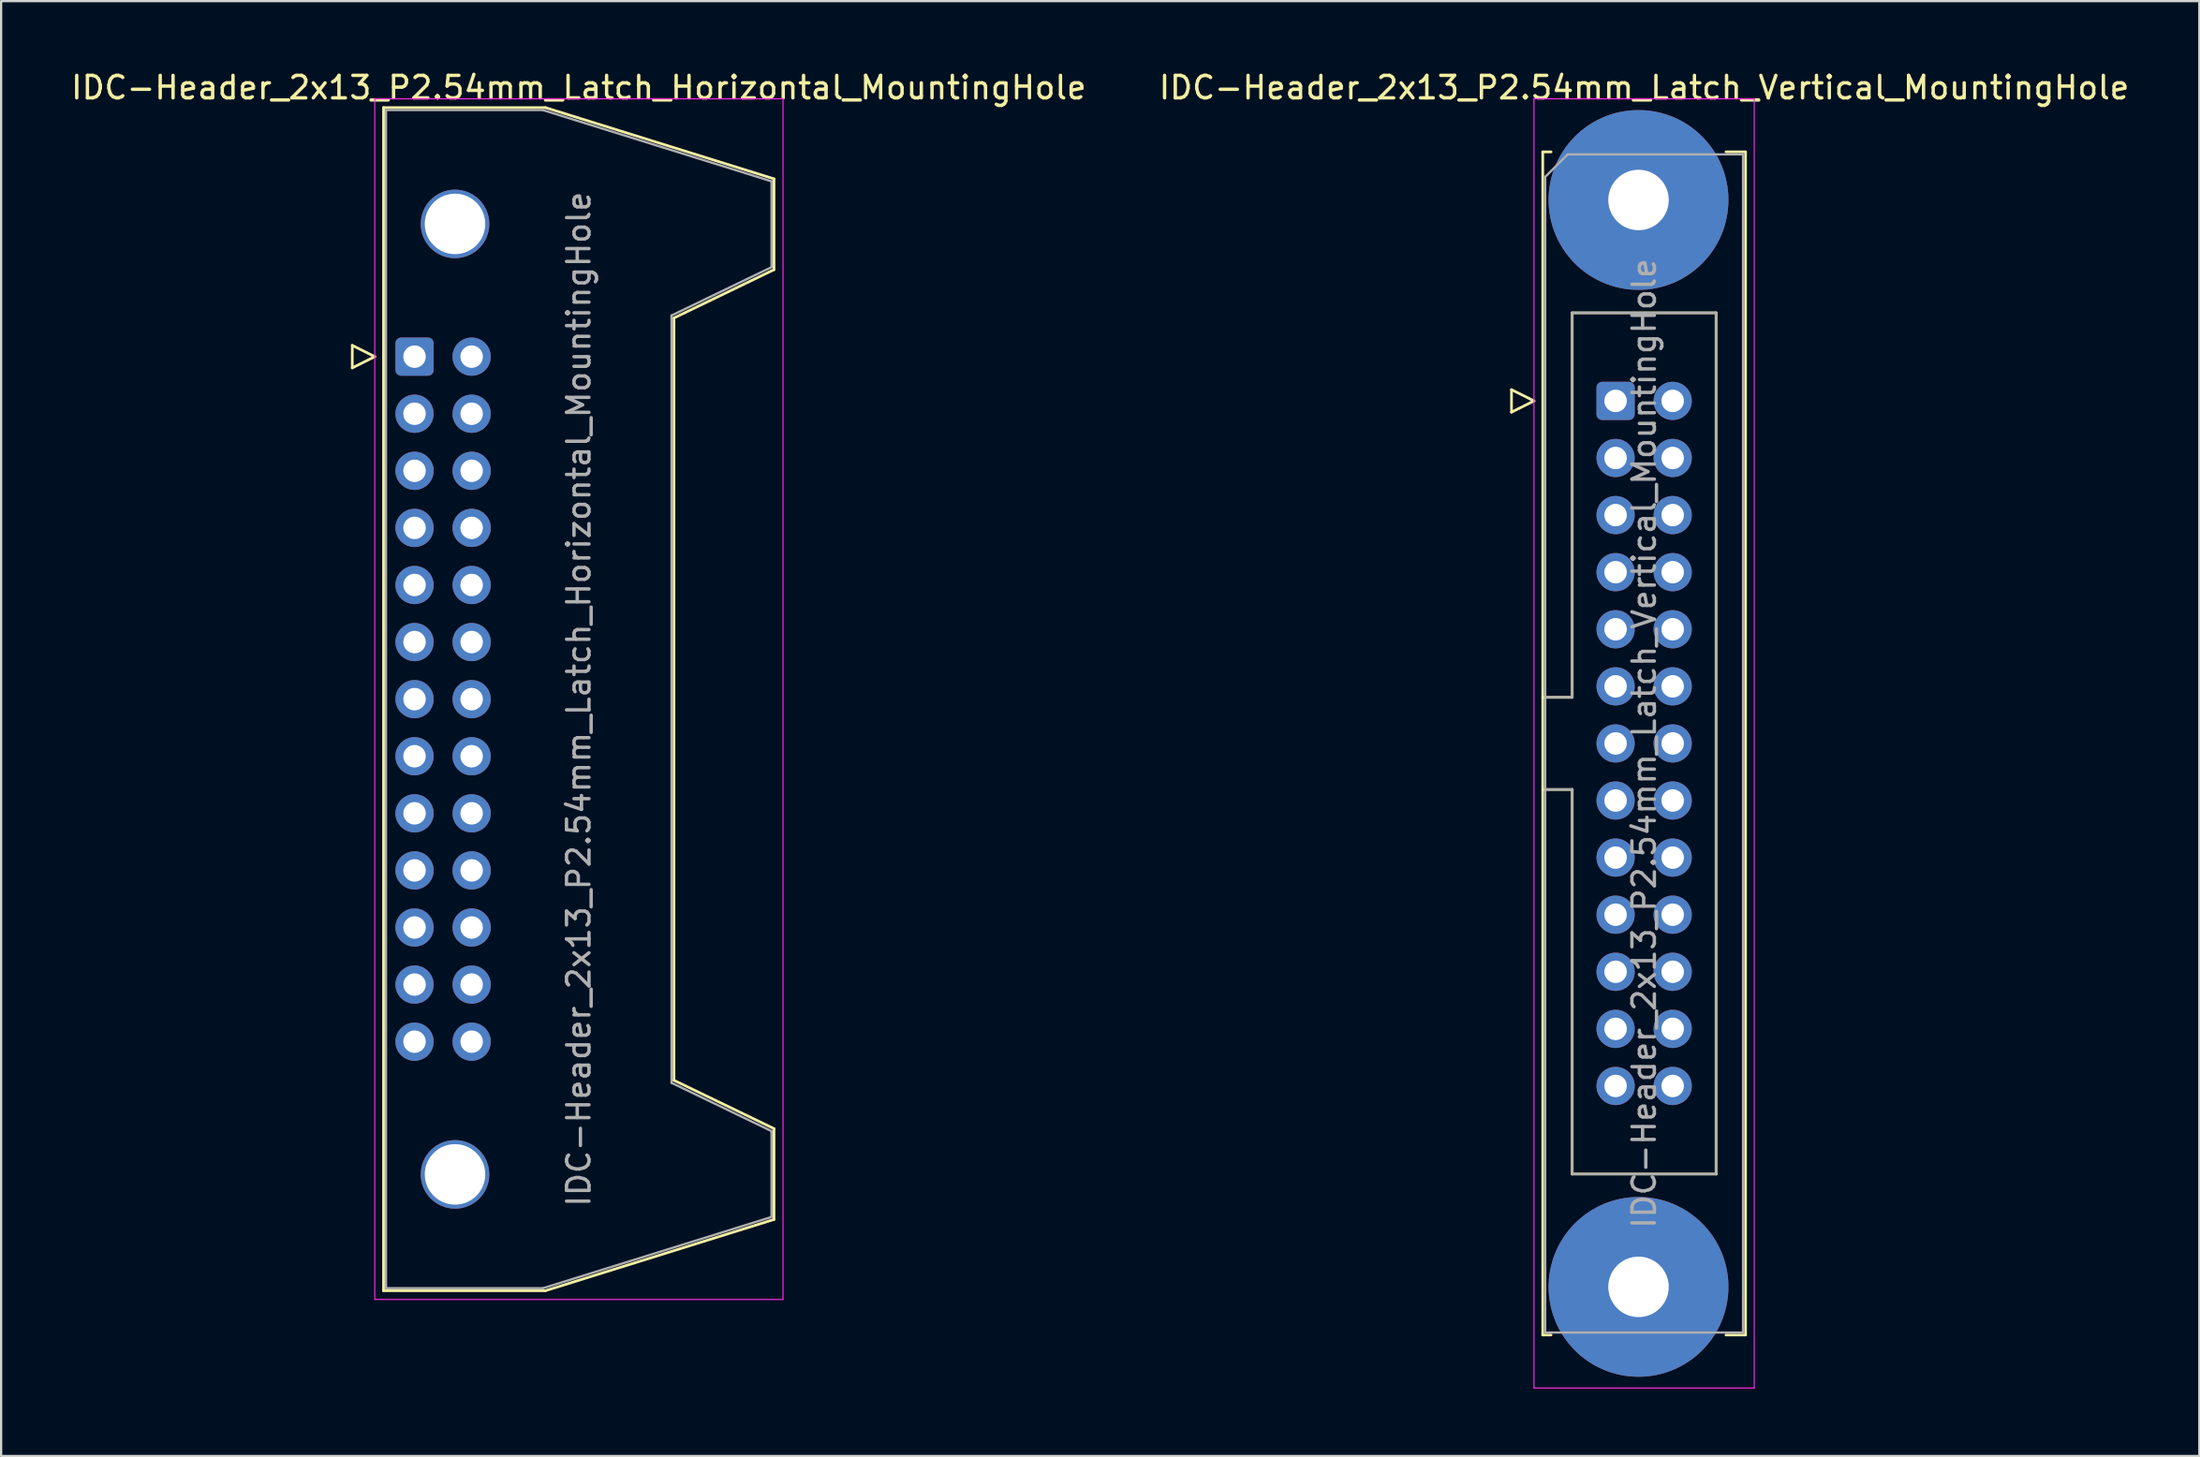
<source format=kicad_pcb>
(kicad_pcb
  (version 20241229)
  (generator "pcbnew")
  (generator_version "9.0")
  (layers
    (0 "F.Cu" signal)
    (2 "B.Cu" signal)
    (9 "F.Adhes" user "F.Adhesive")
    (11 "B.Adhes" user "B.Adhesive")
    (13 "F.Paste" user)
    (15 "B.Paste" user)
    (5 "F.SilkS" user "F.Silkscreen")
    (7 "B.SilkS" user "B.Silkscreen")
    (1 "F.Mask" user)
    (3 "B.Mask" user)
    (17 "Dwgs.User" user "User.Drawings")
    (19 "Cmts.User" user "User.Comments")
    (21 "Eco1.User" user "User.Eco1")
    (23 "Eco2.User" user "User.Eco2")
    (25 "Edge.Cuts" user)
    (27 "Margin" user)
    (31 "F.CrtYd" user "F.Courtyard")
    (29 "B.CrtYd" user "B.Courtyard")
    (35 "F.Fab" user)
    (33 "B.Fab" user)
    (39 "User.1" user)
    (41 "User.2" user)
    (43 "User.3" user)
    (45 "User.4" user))
  (footprint "IDC-Header_2x13_P2.54mm_Latch_Horizontal_MountingHole"
    (layer "F.Cu")
    (at 15.391 12.818)
    (property "Reference" "IDC-Header_2x13_P2.54mm_Latch_Horizontal_MountingHole" (at 7.305 -11.97 0) (layer "F.SilkS") (effects (font (size 1 1) (thickness 0.15))))
    (attr through_hole)
    (fp_line (start -2.77 -0.5) (end -2.77 0.5) (stroke (width 0.12) (type solid)) (layer "F.SilkS"))
    (fp_line (start -2.77 0.5) (end -1.77 0) (stroke (width 0.12) (type solid)) (layer "F.SilkS"))
    (fp_line (start -1.77 0) (end -2.77 -0.5) (stroke (width 0.12) (type solid)) (layer "F.SilkS"))
    (fp_line (start -1.38 -11.08) (end 5.82 -11.08) (stroke (width 0.12) (type solid)) (layer "F.SilkS"))
    (fp_line (start -1.38 41.56) (end -1.38 -11.08) (stroke (width 0.12) (type solid)) (layer "F.SilkS"))
    (fp_line (start 5.82 -11.08) (end 15.99 -7.91) (stroke (width 0.12) (type solid)) (layer "F.SilkS"))
    (fp_line (start 5.82 41.56) (end -1.38 41.56) (stroke (width 0.12) (type solid)) (layer "F.SilkS"))
    (fp_line (start 11.54 -1.72) (end 11.54 32.2) (stroke (width 0.12) (type solid)) (layer "F.SilkS"))
    (fp_line (start 11.54 32.2) (end 15.99 34.35) (stroke (width 0.12) (type solid)) (layer "F.SilkS"))
    (fp_line (start 15.99 -7.91) (end 15.99 -3.87) (stroke (width 0.12) (type solid)) (layer "F.SilkS"))
    (fp_line (start 15.99 -3.87) (end 11.54 -1.72) (stroke (width 0.12) (type solid)) (layer "F.SilkS"))
    (fp_line (start 15.99 34.35) (end 15.99 38.39) (stroke (width 0.12) (type solid)) (layer "F.SilkS"))
    (fp_line (start 15.99 38.39) (end 5.82 41.56) (stroke (width 0.12) (type solid)) (layer "F.SilkS"))
    (fp_line (start -1.77 -11.47) (end -1.77 41.95) (stroke (width 0.05) (type solid)) (layer "F.CrtYd"))
    (fp_line (start -1.77 41.95) (end 16.39 41.95) (stroke (width 0.05) (type solid)) (layer "F.CrtYd"))
    (fp_line (start 16.39 -11.47) (end -1.77 -11.47) (stroke (width 0.05) (type solid)) (layer "F.CrtYd"))
    (fp_line (start 16.39 41.95) (end 16.39 -11.47) (stroke (width 0.05) (type solid)) (layer "F.CrtYd"))
    (fp_line (start -1.27 -10.97) (end 5.71 -10.97) (stroke (width 0.1) (type solid)) (layer "F.Fab"))
    (fp_line (start -1.27 41.45) (end -1.27 -10.97) (stroke (width 0.1) (type solid)) (layer "F.Fab"))
    (fp_line (start 5.71 -10.97) (end 15.88 -7.8) (stroke (width 0.1) (type solid)) (layer "F.Fab"))
    (fp_line (start 5.71 41.45) (end -1.27 41.45) (stroke (width 0.1) (type solid)) (layer "F.Fab"))
    (fp_line (start 11.43 -1.83) (end 11.43 32.31) (stroke (width 0.1) (type solid)) (layer "F.Fab"))
    (fp_line (start 11.43 32.31) (end 15.88 34.46) (stroke (width 0.1) (type solid)) (layer "F.Fab"))
    (fp_line (start 15.88 -7.8) (end 15.88 -3.98) (stroke (width 0.1) (type solid)) (layer "F.Fab"))
    (fp_line (start 15.88 -3.98) (end 11.43 -1.83) (stroke (width 0.1) (type solid)) (layer "F.Fab"))
    (fp_line (start 15.88 34.46) (end 15.88 38.28) (stroke (width 0.1) (type solid)) (layer "F.Fab"))
    (fp_line (start 15.88 38.28) (end 5.71 41.45) (stroke (width 0.1) (type solid)) (layer "F.Fab"))
    (fp_text user "${REFERENCE}" (at 7.305 15.24 90) (layer "F.Fab") (effects (font (size 1 1) (thickness 0.15))))
    (pad "" thru_hole circle (at 1.8 -5.905) (size 3.05 3.05) (drill 2.69) (layers "*.Cu" "*.Mask"))
    (pad "" thru_hole circle (at 1.8 36.385) (size 3.05 3.05) (drill 2.69) (layers "*.Cu" "*.Mask"))
    (pad "1" thru_hole roundrect (at 0 0) (size 1.7 1.7) (drill 1) (layers "*.Cu" "*.Mask") (roundrect_rratio 0.147))
    (pad "2" thru_hole circle (at 2.54 0) (size 1.7 1.7) (drill 1) (layers "*.Cu" "*.Mask"))
    (pad "3" thru_hole circle (at 0 2.54) (size 1.7 1.7) (drill 1) (layers "*.Cu" "*.Mask"))
    (pad "4" thru_hole circle (at 2.54 2.54) (size 1.7 1.7) (drill 1) (layers "*.Cu" "*.Mask"))
    (pad "5" thru_hole circle (at 0 5.08) (size 1.7 1.7) (drill 1) (layers "*.Cu" "*.Mask"))
    (pad "6" thru_hole circle (at 2.54 5.08) (size 1.7 1.7) (drill 1) (layers "*.Cu" "*.Mask"))
    (pad "7" thru_hole circle (at 0 7.62) (size 1.7 1.7) (drill 1) (layers "*.Cu" "*.Mask"))
    (pad "8" thru_hole circle (at 2.54 7.62) (size 1.7 1.7) (drill 1) (layers "*.Cu" "*.Mask"))
    (pad "9" thru_hole circle (at 0 10.16) (size 1.7 1.7) (drill 1) (layers "*.Cu" "*.Mask"))
    (pad "10" thru_hole circle (at 2.54 10.16) (size 1.7 1.7) (drill 1) (layers "*.Cu" "*.Mask"))
    (pad "11" thru_hole circle (at 0 12.7) (size 1.7 1.7) (drill 1) (layers "*.Cu" "*.Mask"))
    (pad "12" thru_hole circle (at 2.54 12.7) (size 1.7 1.7) (drill 1) (layers "*.Cu" "*.Mask"))
    (pad "13" thru_hole circle (at 0 15.24) (size 1.7 1.7) (drill 1) (layers "*.Cu" "*.Mask"))
    (pad "14" thru_hole circle (at 2.54 15.24) (size 1.7 1.7) (drill 1) (layers "*.Cu" "*.Mask"))
    (pad "15" thru_hole circle (at 0 17.78) (size 1.7 1.7) (drill 1) (layers "*.Cu" "*.Mask"))
    (pad "16" thru_hole circle (at 2.54 17.78) (size 1.7 1.7) (drill 1) (layers "*.Cu" "*.Mask"))
    (pad "17" thru_hole circle (at 0 20.32) (size 1.7 1.7) (drill 1) (layers "*.Cu" "*.Mask"))
    (pad "18" thru_hole circle (at 2.54 20.32) (size 1.7 1.7) (drill 1) (layers "*.Cu" "*.Mask"))
    (pad "19" thru_hole circle (at 0 22.86) (size 1.7 1.7) (drill 1) (layers "*.Cu" "*.Mask"))
    (pad "20" thru_hole circle (at 2.54 22.86) (size 1.7 1.7) (drill 1) (layers "*.Cu" "*.Mask"))
    (pad "21" thru_hole circle (at 0 25.4) (size 1.7 1.7) (drill 1) (layers "*.Cu" "*.Mask"))
    (pad "22" thru_hole circle (at 2.54 25.4) (size 1.7 1.7) (drill 1) (layers "*.Cu" "*.Mask"))
    (pad "23" thru_hole circle (at 0 27.94) (size 1.7 1.7) (drill 1) (layers "*.Cu" "*.Mask"))
    (pad "24" thru_hole circle (at 2.54 27.94) (size 1.7 1.7) (drill 1) (layers "*.Cu" "*.Mask"))
    (pad "25" thru_hole circle (at 0 30.48) (size 1.7 1.7) (drill 1) (layers "*.Cu" "*.Mask"))
    (pad "26" thru_hole circle (at 2.54 30.48) (size 1.7 1.7) (drill 1) (layers "*.Cu" "*.Mask")))
  (footprint "IDC-Header_2x13_P2.54mm_Latch_Vertical_MountingHole"
    (layer "F.Cu")
    (at 68.819 14.788)
    (property "Reference" "IDC-Header_2x13_P2.54mm_Latch_Vertical_MountingHole" (at 1.27 -13.94 0) (layer "F.SilkS") (effects (font (size 1 1) (thickness 0.15))))
    (attr through_hole)
    (fp_line (start -4.63 -0.5) (end -4.63 0.5) (stroke (width 0.12) (type solid)) (layer "F.SilkS"))
    (fp_line (start -4.63 0.5) (end -3.63 0) (stroke (width 0.12) (type solid)) (layer "F.SilkS"))
    (fp_line (start -3.63 0) (end -4.63 -0.5) (stroke (width 0.12) (type solid)) (layer "F.SilkS"))
    (fp_line (start -3.24 -11.08) (end -3.24 41.56) (stroke (width 0.12) (type solid)) (layer "F.SilkS"))
    (fp_line (start -3.24 13.19) (end -1.93 13.19) (stroke (width 0.12) (type solid)) (layer "F.SilkS"))
    (fp_line (start -3.24 41.56) (end -2.87 41.56) (stroke (width 0.12) (type solid)) (layer "F.SilkS"))
    (fp_line (start -2.87 -11.08) (end -3.24 -11.08) (stroke (width 0.12) (type solid)) (layer "F.SilkS"))
    (fp_line (start -1.93 -3.92) (end 4.47 -3.92) (stroke (width 0.12) (type solid)) (layer "F.SilkS"))
    (fp_line (start -1.93 13.19) (end -1.93 -3.92) (stroke (width 0.12) (type solid)) (layer "F.SilkS"))
    (fp_line (start -1.93 17.29) (end -3.24 17.29) (stroke (width 0.12) (type solid)) (layer "F.SilkS"))
    (fp_line (start -1.93 17.29) (end -1.93 17.29) (stroke (width 0.12) (type solid)) (layer "F.SilkS"))
    (fp_line (start -1.93 34.4) (end -1.93 17.29) (stroke (width 0.12) (type solid)) (layer "F.SilkS"))
    (fp_line (start 4.47 -3.92) (end 4.47 34.4) (stroke (width 0.12) (type solid)) (layer "F.SilkS"))
    (fp_line (start 4.47 34.4) (end -1.93 34.4) (stroke (width 0.12) (type solid)) (layer "F.SilkS"))
    (fp_line (start 4.91 -11.08) (end 5.78 -11.08) (stroke (width 0.12) (type solid)) (layer "F.SilkS"))
    (fp_line (start 5.78 -11.08) (end 5.78 41.56) (stroke (width 0.12) (type solid)) (layer "F.SilkS"))
    (fp_line (start 5.78 41.56) (end 4.91 41.56) (stroke (width 0.12) (type solid)) (layer "F.SilkS"))
    (fp_line (start -3.63 -13.44) (end -3.63 43.92) (stroke (width 0.05) (type solid)) (layer "F.CrtYd"))
    (fp_line (start -3.63 43.92) (end 6.17 43.92) (stroke (width 0.05) (type solid)) (layer "F.CrtYd"))
    (fp_line (start 6.17 -13.44) (end -3.63 -13.44) (stroke (width 0.05) (type solid)) (layer "F.CrtYd"))
    (fp_line (start 6.17 43.92) (end 6.17 -13.44) (stroke (width 0.05) (type solid)) (layer "F.CrtYd"))
    (fp_line (start -3.13 -9.97) (end -2.13 -10.97) (stroke (width 0.1) (type solid)) (layer "F.Fab"))
    (fp_line (start -3.13 13.19) (end -1.93 13.19) (stroke (width 0.1) (type solid)) (layer "F.Fab"))
    (fp_line (start -3.13 41.45) (end -3.13 -9.97) (stroke (width 0.1) (type solid)) (layer "F.Fab"))
    (fp_line (start -2.13 -10.97) (end 5.67 -10.97) (stroke (width 0.1) (type solid)) (layer "F.Fab"))
    (fp_line (start -1.93 -3.92) (end 4.47 -3.92) (stroke (width 0.1) (type solid)) (layer "F.Fab"))
    (fp_line (start -1.93 13.19) (end -1.93 -3.92) (stroke (width 0.1) (type solid)) (layer "F.Fab"))
    (fp_line (start -1.93 17.29) (end -3.13 17.29) (stroke (width 0.1) (type solid)) (layer "F.Fab"))
    (fp_line (start -1.93 17.29) (end -1.93 17.29) (stroke (width 0.1) (type solid)) (layer "F.Fab"))
    (fp_line (start -1.93 34.4) (end -1.93 17.29) (stroke (width 0.1) (type solid)) (layer "F.Fab"))
    (fp_line (start 4.47 -3.92) (end 4.47 34.4) (stroke (width 0.1) (type solid)) (layer "F.Fab"))
    (fp_line (start 4.47 34.4) (end -1.93 34.4) (stroke (width 0.1) (type solid)) (layer "F.Fab"))
    (fp_line (start 5.67 -10.97) (end 5.67 41.45) (stroke (width 0.1) (type solid)) (layer "F.Fab"))
    (fp_line (start 5.67 41.45) (end -3.13 41.45) (stroke (width 0.1) (type solid)) (layer "F.Fab"))
    (fp_text user "${REFERENCE}" (at 1.27 15.24 90) (layer "F.Fab") (effects (font (size 1 1) (thickness 0.15))))
    (pad "" thru_hole circle (at 1.02 -8.94) (size 8 8) (drill 2.69) (layers "*.Cu" "*.Mask"))
    (pad "" thru_hole circle (at 1.02 39.42) (size 8 8) (drill 2.69) (layers "*.Cu" "*.Mask"))
    (pad "1" thru_hole roundrect (at 0 0) (size 1.7 1.7) (drill 1) (layers "*.Cu" "*.Mask") (roundrect_rratio 0.147))
    (pad "2" thru_hole circle (at 2.54 0) (size 1.7 1.7) (drill 1) (layers "*.Cu" "*.Mask"))
    (pad "3" thru_hole circle (at 0 2.54) (size 1.7 1.7) (drill 1) (layers "*.Cu" "*.Mask"))
    (pad "4" thru_hole circle (at 2.54 2.54) (size 1.7 1.7) (drill 1) (layers "*.Cu" "*.Mask"))
    (pad "5" thru_hole circle (at 0 5.08) (size 1.7 1.7) (drill 1) (layers "*.Cu" "*.Mask"))
    (pad "6" thru_hole circle (at 2.54 5.08) (size 1.7 1.7) (drill 1) (layers "*.Cu" "*.Mask"))
    (pad "7" thru_hole circle (at 0 7.62) (size 1.7 1.7) (drill 1) (layers "*.Cu" "*.Mask"))
    (pad "8" thru_hole circle (at 2.54 7.62) (size 1.7 1.7) (drill 1) (layers "*.Cu" "*.Mask"))
    (pad "9" thru_hole circle (at 0 10.16) (size 1.7 1.7) (drill 1) (layers "*.Cu" "*.Mask"))
    (pad "10" thru_hole circle (at 2.54 10.16) (size 1.7 1.7) (drill 1) (layers "*.Cu" "*.Mask"))
    (pad "11" thru_hole circle (at 0 12.7) (size 1.7 1.7) (drill 1) (layers "*.Cu" "*.Mask"))
    (pad "12" thru_hole circle (at 2.54 12.7) (size 1.7 1.7) (drill 1) (layers "*.Cu" "*.Mask"))
    (pad "13" thru_hole circle (at 0 15.24) (size 1.7 1.7) (drill 1) (layers "*.Cu" "*.Mask"))
    (pad "14" thru_hole circle (at 2.54 15.24) (size 1.7 1.7) (drill 1) (layers "*.Cu" "*.Mask"))
    (pad "15" thru_hole circle (at 0 17.78) (size 1.7 1.7) (drill 1) (layers "*.Cu" "*.Mask"))
    (pad "16" thru_hole circle (at 2.54 17.78) (size 1.7 1.7) (drill 1) (layers "*.Cu" "*.Mask"))
    (pad "17" thru_hole circle (at 0 20.32) (size 1.7 1.7) (drill 1) (layers "*.Cu" "*.Mask"))
    (pad "18" thru_hole circle (at 2.54 20.32) (size 1.7 1.7) (drill 1) (layers "*.Cu" "*.Mask"))
    (pad "19" thru_hole circle (at 0 22.86) (size 1.7 1.7) (drill 1) (layers "*.Cu" "*.Mask"))
    (pad "20" thru_hole circle (at 2.54 22.86) (size 1.7 1.7) (drill 1) (layers "*.Cu" "*.Mask"))
    (pad "21" thru_hole circle (at 0 25.4) (size 1.7 1.7) (drill 1) (layers "*.Cu" "*.Mask"))
    (pad "22" thru_hole circle (at 2.54 25.4) (size 1.7 1.7) (drill 1) (layers "*.Cu" "*.Mask"))
    (pad "23" thru_hole circle (at 0 27.94) (size 1.7 1.7) (drill 1) (layers "*.Cu" "*.Mask"))
    (pad "24" thru_hole circle (at 2.54 27.94) (size 1.7 1.7) (drill 1) (layers "*.Cu" "*.Mask"))
    (pad "25" thru_hole circle (at 0 30.48) (size 1.7 1.7) (drill 1) (layers "*.Cu" "*.Mask"))
    (pad "26" thru_hole circle (at 2.54 30.48) (size 1.7 1.7) (drill 1) (layers "*.Cu" "*.Mask")))
  (gr_rect
    (start -3 -3)
    (end 94.786 61.733)
    (stroke (width 0.1) (type default))
    (fill no)
    (layer "Edge.Cuts")))
</source>
